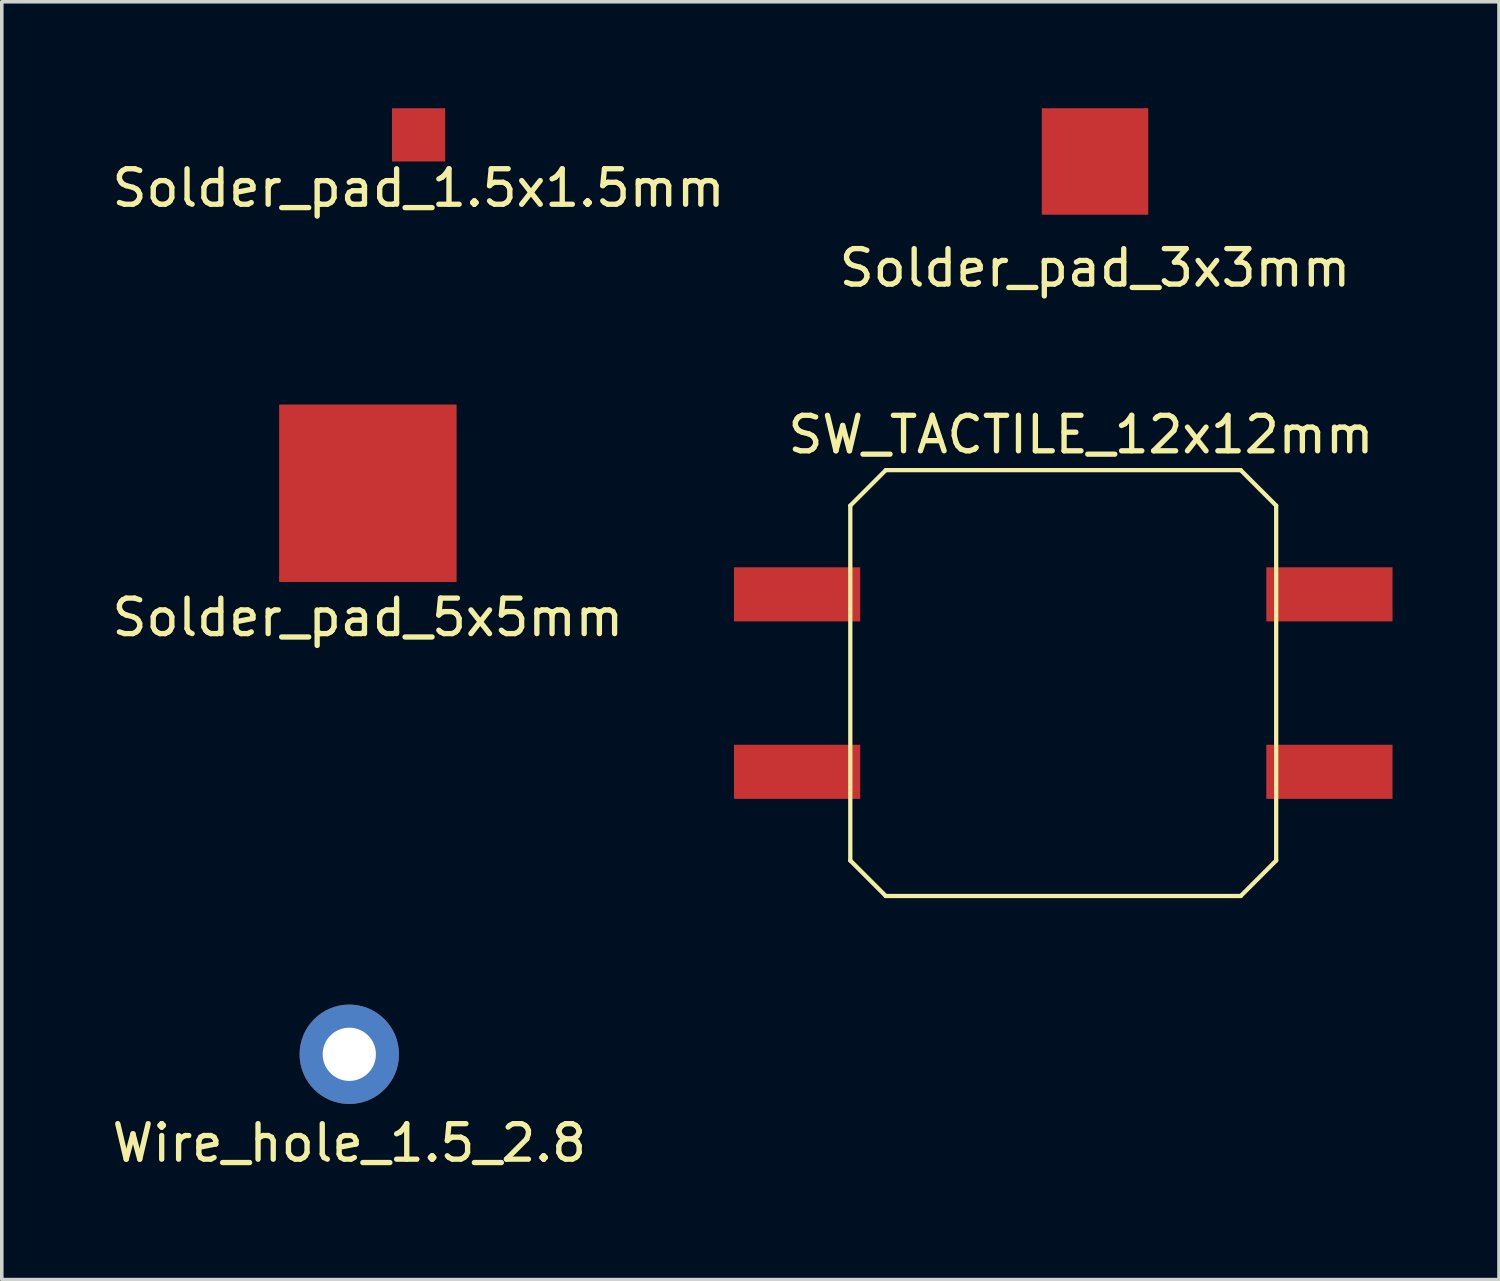
<source format=kicad_pcb>
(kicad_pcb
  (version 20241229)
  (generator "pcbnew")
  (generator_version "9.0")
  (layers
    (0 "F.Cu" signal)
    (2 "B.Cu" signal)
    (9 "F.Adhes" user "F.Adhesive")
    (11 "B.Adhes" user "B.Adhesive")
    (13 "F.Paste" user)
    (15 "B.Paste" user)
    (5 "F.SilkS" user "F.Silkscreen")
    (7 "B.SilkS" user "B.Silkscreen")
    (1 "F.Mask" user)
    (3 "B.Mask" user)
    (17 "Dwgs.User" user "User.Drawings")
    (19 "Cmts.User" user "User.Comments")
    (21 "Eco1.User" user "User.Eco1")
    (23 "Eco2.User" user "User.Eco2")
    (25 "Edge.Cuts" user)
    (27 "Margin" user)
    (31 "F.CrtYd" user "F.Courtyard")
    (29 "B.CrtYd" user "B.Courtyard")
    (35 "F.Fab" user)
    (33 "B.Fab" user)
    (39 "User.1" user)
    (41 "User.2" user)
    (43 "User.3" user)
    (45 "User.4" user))
  (footprint "Solder_pad_1.5x1.5mm"
    (layer "F.Cu")
    (at 8.744 0.75)
    (property "Reference" "Solder_pad_1.5x1.5mm" (at 0 1.5 0) (layer "F.SilkS") (effects (font (size 1 1) (thickness 0.15))))
    (attr through_hole)
    (pad "1" smd rect (at 0 0) (size 1.5 1.5) (layers "F.Cu" "F.Mask" "F.Paste")))
  (footprint "Solder_pad_3x3mm"
    (layer "F.Cu")
    (at 27.804 1.5)
    (property "Reference" "Solder_pad_3x3mm" (at 0 3 0) (layer "F.SilkS") (effects (font (size 1 1) (thickness 0.15))))
    (attr through_hole)
    (pad "1" smd rect (at 0 0) (size 3 3) (layers "F.Cu" "F.Mask" "F.Paste")))
  (footprint "Solder_pad_5x5mm"
    (layer "F.Cu")
    (at 7.315 10.848)
    (property "Reference" "Solder_pad_5x5mm" (at 0 3.5 0) (layer "F.SilkS") (effects (font (size 1 1) (thickness 0.15))))
    (attr through_hole)
    (pad "1" smd rect (at 0 0) (size 5 5) (layers "F.Cu" "F.Mask" "F.Paste")))
  (footprint "Wire_hole_1.5_2.8"
    (layer "F.Cu")
    (at 6.792 26.657)
    (property "Reference" "Wire_hole_1.5_2.8" (at 0 2.5 0) (layer "F.SilkS") (effects (font (size 1 1) (thickness 0.15))))
    (attr through_hole)
    (pad "1" thru_hole circle (at 0 0) (size 2.8 2.8) (drill 1.5) (layers "*.Cu" "*.Mask")))
  (footprint "SW_TACTILE_12x12mm"
    (layer "F.Cu")
    (at 26.909 16.197)
    (property "Reference" "SW_TACTILE_12x12mm" (at 0.5 -7 0) (layer "F.SilkS") (effects (font (size 1 1) (thickness 0.15))))
    (attr through_hole)
    (fp_line (start -6 -5) (end -6 5) (stroke (width 0.12) (type solid)) (layer "F.SilkS"))
    (fp_line (start -6 -5) (end -5 -6) (stroke (width 0.12) (type solid)) (layer "F.SilkS"))
    (fp_line (start -6 5) (end -5 6) (stroke (width 0.12) (type solid)) (layer "F.SilkS"))
    (fp_line (start -5 6) (end 5 6) (stroke (width 0.12) (type solid)) (layer "F.SilkS"))
    (fp_line (start 5 -6) (end -5 -6) (stroke (width 0.12) (type solid)) (layer "F.SilkS"))
    (fp_line (start 5 -6) (end 6 -5) (stroke (width 0.12) (type solid)) (layer "F.SilkS"))
    (fp_line (start 6 5) (end 5 6) (stroke (width 0.12) (type solid)) (layer "F.SilkS"))
    (fp_line (start 6 5) (end 6 -5) (stroke (width 0.12) (type solid)) (layer "F.SilkS"))
    (pad "1" smd rect (at 7.5 -2.5) (size 3.556 1.524) (layers "F.Cu" "F.Mask" "F.Paste"))
    (pad "2" smd rect (at -7.5 -2.5) (size 3.556 1.524) (layers "F.Cu" "F.Mask" "F.Paste"))
    (pad "3" smd rect (at 7.5 2.5) (size 3.556 1.524) (layers "F.Cu" "F.Mask" "F.Paste"))
    (pad "4" smd rect (at -7.5 2.5) (size 3.556 1.524) (layers "F.Cu" "F.Mask" "F.Paste")))
  (gr_rect
    (start -3 -3)
    (end 39.187 33.005)
    (stroke (width 0.1) (type default))
    (fill no)
    (layer "Edge.Cuts")))
</source>
